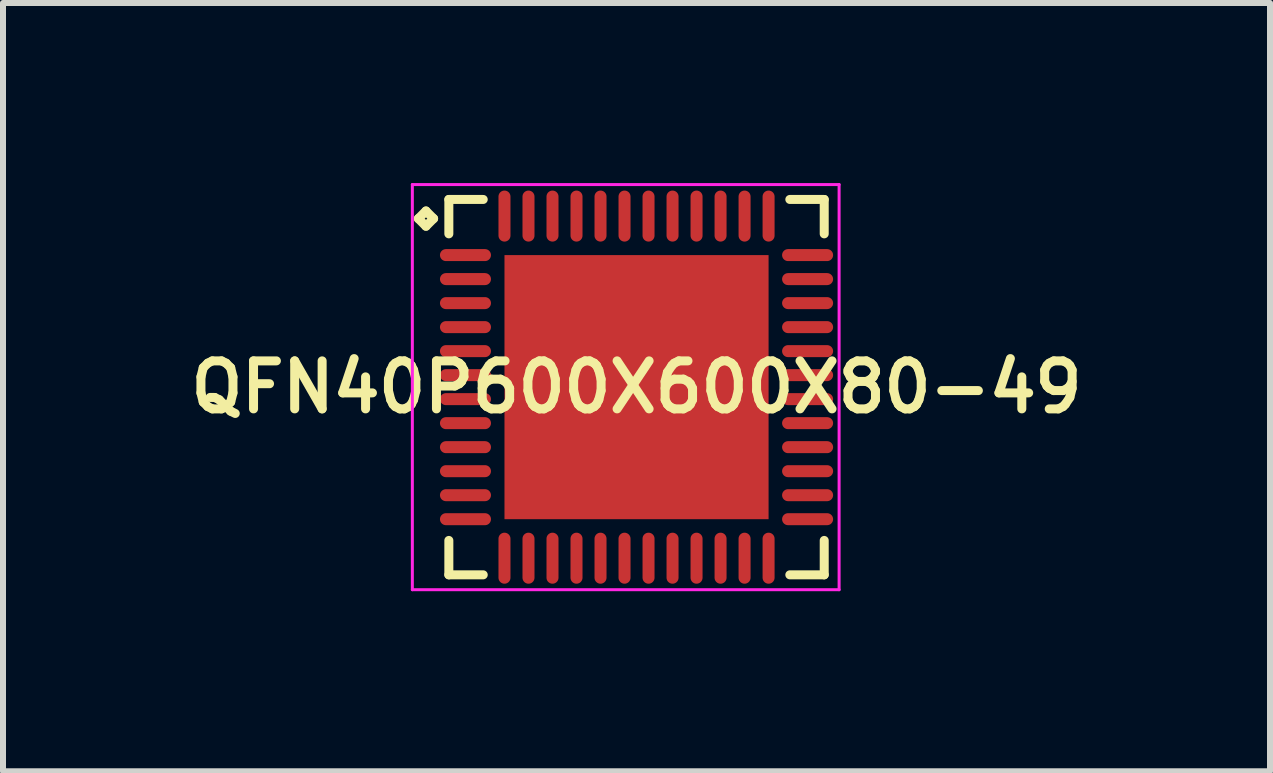
<source format=kicad_pcb>
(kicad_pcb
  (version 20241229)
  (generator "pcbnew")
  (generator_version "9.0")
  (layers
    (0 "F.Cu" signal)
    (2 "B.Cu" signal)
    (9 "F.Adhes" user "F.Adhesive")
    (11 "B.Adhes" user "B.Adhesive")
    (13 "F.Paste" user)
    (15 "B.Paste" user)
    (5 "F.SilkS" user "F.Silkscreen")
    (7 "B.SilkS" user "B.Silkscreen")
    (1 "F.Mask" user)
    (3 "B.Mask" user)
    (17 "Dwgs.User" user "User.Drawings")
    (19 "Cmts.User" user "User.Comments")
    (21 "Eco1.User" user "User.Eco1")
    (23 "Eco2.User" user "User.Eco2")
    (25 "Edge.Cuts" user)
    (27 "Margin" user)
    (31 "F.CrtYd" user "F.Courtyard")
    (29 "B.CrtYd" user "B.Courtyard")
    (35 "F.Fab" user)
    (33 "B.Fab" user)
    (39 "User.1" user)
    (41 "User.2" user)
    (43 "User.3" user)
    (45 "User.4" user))
  (footprint "QFN40P600X600X80-49"
    (layer "F.Cu")
    (at 7.555 3.4)
    (property "Reference" "QFN40P600X600X80-49" (at 0 0 0) (layer "F.SilkS") (effects (font (size 0.8 0.8) (thickness 0.15))))
    (attr smd)
    (fp_line (start -3.635 -2.808) (end -3.508 -2.935) (stroke (width 0.15) (type solid)) (layer "F.SilkS"))
    (fp_line (start -3.508 -2.935) (end -3.381 -2.808) (stroke (width 0.15) (type solid)) (layer "F.SilkS"))
    (fp_line (start -3.508 -2.681) (end -3.635 -2.808) (stroke (width 0.15) (type solid)) (layer "F.SilkS"))
    (fp_line (start -3.381 -2.808) (end -3.508 -2.681) (stroke (width 0.15) (type solid)) (layer "F.SilkS"))
    (fp_line (start -3.127 -3.127) (end -2.554 -3.127) (stroke (width 0.15) (type solid)) (layer "F.SilkS"))
    (fp_line (start -3.127 -2.554) (end -3.127 -3.127) (stroke (width 0.15) (type solid)) (layer "F.SilkS"))
    (fp_line (start -3.127 2.554) (end -3.127 3.127) (stroke (width 0.15) (type solid)) (layer "F.SilkS"))
    (fp_line (start -3.127 3.127) (end -2.554 3.127) (stroke (width 0.15) (type solid)) (layer "F.SilkS"))
    (fp_line (start 2.554 -3.127) (end 3.127 -3.127) (stroke (width 0.15) (type solid)) (layer "F.SilkS"))
    (fp_line (start 2.554 3.127) (end 3.127 3.127) (stroke (width 0.15) (type solid)) (layer "F.SilkS"))
    (fp_line (start 3.127 -3.127) (end 3.127 -2.554) (stroke (width 0.15) (type solid)) (layer "F.SilkS"))
    (fp_line (start 3.127 3.127) (end 3.127 2.554) (stroke (width 0.15) (type solid)) (layer "F.SilkS"))
    (fp_line (start -3.735 -3.375) (end 3.375 -3.375) (stroke (width 0.05) (type solid)) (layer "F.CrtYd"))
    (fp_line (start -3.735 3.375) (end -3.735 -3.375) (stroke (width 0.05) (type solid)) (layer "F.CrtYd"))
    (fp_line (start 3.375 -3.375) (end 3.375 3.375) (stroke (width 0.05) (type solid)) (layer "F.CrtYd"))
    (fp_line (start 3.375 3.375) (end -3.735 3.375) (stroke (width 0.05) (type solid)) (layer "F.CrtYd"))
    (pad "1" smd oval (at -2.85 -2.2) (size 0.85 0.2) (layers "F.Cu" "F.Mask" "F.Paste"))
    (pad "2" smd oval (at -2.85 -1.8) (size 0.85 0.2) (layers "F.Cu" "F.Mask" "F.Paste"))
    (pad "3" smd oval (at -2.85 -1.4) (size 0.85 0.2) (layers "F.Cu" "F.Mask" "F.Paste"))
    (pad "4" smd oval (at -2.85 -1) (size 0.85 0.2) (layers "F.Cu" "F.Mask" "F.Paste"))
    (pad "5" smd oval (at -2.85 -0.6) (size 0.85 0.2) (layers "F.Cu" "F.Mask" "F.Paste"))
    (pad "6" smd oval (at -2.85 -0.2) (size 0.85 0.2) (layers "F.Cu" "F.Mask" "F.Paste"))
    (pad "7" smd oval (at -2.85 0.2) (size 0.85 0.2) (layers "F.Cu" "F.Mask" "F.Paste"))
    (pad "8" smd oval (at -2.85 0.6) (size 0.85 0.2) (layers "F.Cu" "F.Mask" "F.Paste"))
    (pad "9" smd oval (at -2.85 1) (size 0.85 0.2) (layers "F.Cu" "F.Mask" "F.Paste"))
    (pad "10" smd oval (at -2.85 1.4) (size 0.85 0.2) (layers "F.Cu" "F.Mask" "F.Paste"))
    (pad "11" smd oval (at -2.85 1.8) (size 0.85 0.2) (layers "F.Cu" "F.Mask" "F.Paste"))
    (pad "12" smd oval (at -2.85 2.2) (size 0.85 0.2) (layers "F.Cu" "F.Mask" "F.Paste"))
    (pad "13" smd oval (at -2.2 2.85) (size 0.2 0.85) (layers "F.Cu" "F.Mask" "F.Paste"))
    (pad "14" smd oval (at -1.8 2.85) (size 0.2 0.85) (layers "F.Cu" "F.Mask" "F.Paste"))
    (pad "15" smd oval (at -1.4 2.85) (size 0.2 0.85) (layers "F.Cu" "F.Mask" "F.Paste"))
    (pad "16" smd oval (at -1 2.85) (size 0.2 0.85) (layers "F.Cu" "F.Mask" "F.Paste"))
    (pad "17" smd oval (at -0.6 2.85) (size 0.2 0.85) (layers "F.Cu" "F.Mask" "F.Paste"))
    (pad "18" smd oval (at -0.2 2.85) (size 0.2 0.85) (layers "F.Cu" "F.Mask" "F.Paste"))
    (pad "19" smd oval (at 0.2 2.85) (size 0.2 0.85) (layers "F.Cu" "F.Mask" "F.Paste"))
    (pad "20" smd oval (at 0.6 2.85) (size 0.2 0.85) (layers "F.Cu" "F.Mask" "F.Paste"))
    (pad "21" smd oval (at 1 2.85) (size 0.2 0.85) (layers "F.Cu" "F.Mask" "F.Paste"))
    (pad "22" smd oval (at 1.4 2.85) (size 0.2 0.85) (layers "F.Cu" "F.Mask" "F.Paste"))
    (pad "23" smd oval (at 1.8 2.85) (size 0.2 0.85) (layers "F.Cu" "F.Mask" "F.Paste"))
    (pad "24" smd oval (at 2.2 2.85) (size 0.2 0.85) (layers "F.Cu" "F.Mask" "F.Paste"))
    (pad "25" smd oval (at 2.85 2.2) (size 0.85 0.2) (layers "F.Cu" "F.Mask" "F.Paste"))
    (pad "26" smd oval (at 2.85 1.8) (size 0.85 0.2) (layers "F.Cu" "F.Mask" "F.Paste"))
    (pad "27" smd oval (at 2.85 1.4) (size 0.85 0.2) (layers "F.Cu" "F.Mask" "F.Paste"))
    (pad "28" smd oval (at 2.85 1) (size 0.85 0.2) (layers "F.Cu" "F.Mask" "F.Paste"))
    (pad "29" smd oval (at 2.85 0.6) (size 0.85 0.2) (layers "F.Cu" "F.Mask" "F.Paste"))
    (pad "30" smd oval (at 2.85 0.2) (size 0.85 0.2) (layers "F.Cu" "F.Mask" "F.Paste"))
    (pad "31" smd oval (at 2.85 -0.2) (size 0.85 0.2) (layers "F.Cu" "F.Mask" "F.Paste"))
    (pad "32" smd oval (at 2.85 -0.6) (size 0.85 0.2) (layers "F.Cu" "F.Mask" "F.Paste"))
    (pad "33" smd oval (at 2.85 -1) (size 0.85 0.2) (layers "F.Cu" "F.Mask" "F.Paste"))
    (pad "34" smd oval (at 2.85 -1.4) (size 0.85 0.2) (layers "F.Cu" "F.Mask" "F.Paste"))
    (pad "35" smd oval (at 2.85 -1.8) (size 0.85 0.2) (layers "F.Cu" "F.Mask" "F.Paste"))
    (pad "36" smd oval (at 2.85 -2.2) (size 0.85 0.2) (layers "F.Cu" "F.Mask" "F.Paste"))
    (pad "37" smd oval (at 2.2 -2.85) (size 0.2 0.85) (layers "F.Cu" "F.Mask" "F.Paste"))
    (pad "38" smd oval (at 1.8 -2.85) (size 0.2 0.85) (layers "F.Cu" "F.Mask" "F.Paste"))
    (pad "39" smd oval (at 1.4 -2.85) (size 0.2 0.85) (layers "F.Cu" "F.Mask" "F.Paste"))
    (pad "40" smd oval (at 1 -2.85) (size 0.2 0.85) (layers "F.Cu" "F.Mask" "F.Paste"))
    (pad "41" smd oval (at 0.6 -2.85) (size 0.2 0.85) (layers "F.Cu" "F.Mask" "F.Paste"))
    (pad "42" smd oval (at 0.2 -2.85) (size 0.2 0.85) (layers "F.Cu" "F.Mask" "F.Paste"))
    (pad "43" smd oval (at -0.2 -2.85) (size 0.2 0.85) (layers "F.Cu" "F.Mask" "F.Paste"))
    (pad "44" smd oval (at -0.6 -2.85) (size 0.2 0.85) (layers "F.Cu" "F.Mask" "F.Paste"))
    (pad "45" smd oval (at -1 -2.85) (size 0.2 0.85) (layers "F.Cu" "F.Mask" "F.Paste"))
    (pad "46" smd oval (at -1.4 -2.85) (size 0.2 0.85) (layers "F.Cu" "F.Mask" "F.Paste"))
    (pad "47" smd oval (at -1.8 -2.85) (size 0.2 0.85) (layers "F.Cu" "F.Mask" "F.Paste"))
    (pad "48" smd oval (at -2.2 -2.85) (size 0.2 0.85) (layers "F.Cu" "F.Mask" "F.Paste"))
    (pad "49" smd rect (at 0 0) (size 4.4 4.4) (layers "F.Cu" "F.Mask" "F.Paste")))
  (gr_rect
    (start -3 -3)
    (end 18.109 9.8)
    (stroke (width 0.1) (type default))
    (fill no)
    (layer "Edge.Cuts")))
</source>
